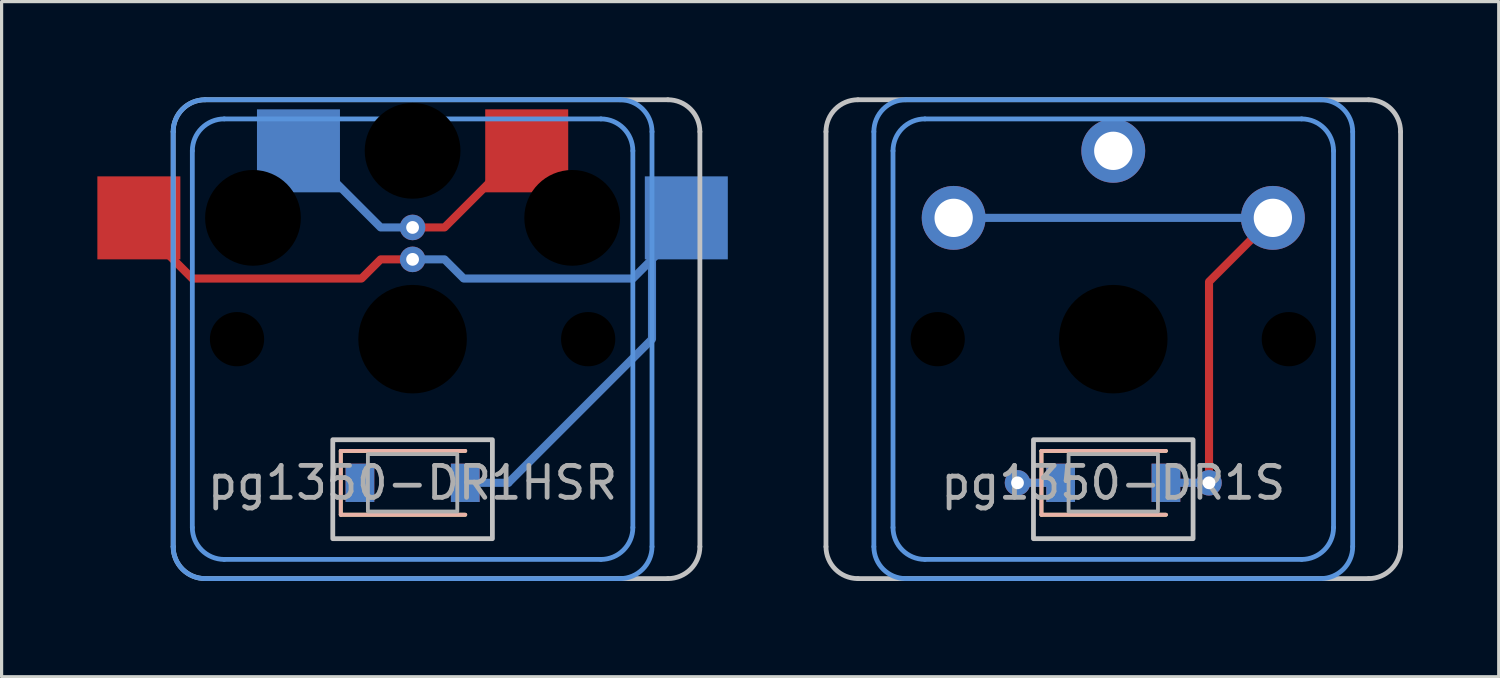
<source format=kicad_pcb>
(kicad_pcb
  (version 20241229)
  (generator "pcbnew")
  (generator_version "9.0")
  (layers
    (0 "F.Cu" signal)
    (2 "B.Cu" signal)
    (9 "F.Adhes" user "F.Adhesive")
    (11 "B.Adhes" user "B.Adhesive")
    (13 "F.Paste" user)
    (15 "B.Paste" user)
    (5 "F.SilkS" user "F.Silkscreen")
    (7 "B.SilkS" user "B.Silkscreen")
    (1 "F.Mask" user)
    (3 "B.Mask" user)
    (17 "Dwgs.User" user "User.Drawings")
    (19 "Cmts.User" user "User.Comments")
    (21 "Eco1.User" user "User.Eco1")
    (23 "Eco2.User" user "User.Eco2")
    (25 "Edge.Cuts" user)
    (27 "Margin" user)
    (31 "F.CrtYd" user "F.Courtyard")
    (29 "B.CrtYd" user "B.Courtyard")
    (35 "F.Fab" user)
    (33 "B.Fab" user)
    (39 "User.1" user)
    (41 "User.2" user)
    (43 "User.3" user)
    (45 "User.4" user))
  (footprint "pg1350-DR1HSR"
    (layer "F.Cu")
    (at 9.875 12.075)
    (property "Reference" "pg1350-DR1HSR" (at 0 0 0) (layer "F.Fab") (effects (font (size 1 1) (thickness 0.15))))
    (attr smd)
    (fp_line (start -2.25 -1) (end -2.25 1) (stroke (width 0.12) (type solid)) (layer "F.SilkS"))
    (fp_line (start -2.25 1) (end 1.65 1) (stroke (width 0.12) (type solid)) (layer "F.SilkS"))
    (fp_line (start 1.65 -1) (end -2.25 -1) (stroke (width 0.12) (type solid)) (layer "F.SilkS"))
    (fp_line (start -2.25 -1) (end -2.25 1) (stroke (width 0.12) (type solid)) (layer "B.SilkS"))
    (fp_line (start -2.25 1) (end 1.65 1) (stroke (width 0.12) (type solid)) (layer "B.SilkS"))
    (fp_line (start 1.65 -1) (end -2.25 -1) (stroke (width 0.12) (type solid)) (layer "B.SilkS"))
    (fp_line (start -7.5 2) (end -7.5 -11) (stroke (width 0.15) (type solid)) (layer "Dwgs.User"))
    (fp_line (start -6.5 -12) (end 8 -12) (stroke (width 0.15) (type solid)) (layer "Dwgs.User"))
    (fp_line (start 8 3) (end -6.5 3) (stroke (width 0.15) (type solid)) (layer "Dwgs.User"))
    (fp_line (start 9 -11) (end 9 2) (stroke (width 0.15) (type solid)) (layer "Dwgs.User"))
    (fp_rect (start 2.5 1.75) (end -2.5 -1.35) (stroke (width 0.15) (type solid)) (fill no) (layer "Dwgs.User"))
    (fp_arc (start -7.5 -11) (mid -7.207107 -11.707107) (end -6.5 -12) (stroke (width 0.15) (type solid)) (layer "Dwgs.User"))
    (fp_arc (start -6.5 3) (mid -7.207107 2.707107) (end -7.5 2) (stroke (width 0.15) (type solid)) (layer "Dwgs.User"))
    (fp_arc (start 8 -12) (mid 8.707107 -11.707107) (end 9 -11) (stroke (width 0.15) (type solid)) (layer "Dwgs.User"))
    (fp_arc (start 9 2) (mid 8.707107 2.707107) (end 8 3) (stroke (width 0.15) (type solid)) (layer "Dwgs.User"))
    (fp_line (start -7.5 2) (end -7.5 -11) (stroke (width 0.15) (type solid)) (layer "Cmts.User"))
    (fp_line (start -6.9 1.4) (end -6.9 -10.4) (stroke (width 0.15) (type solid)) (layer "Cmts.User"))
    (fp_line (start -6.5 -12) (end 6.5 -12) (stroke (width 0.15) (type solid)) (layer "Cmts.User"))
    (fp_line (start -5.9 -11.4) (end 5.9 -11.4) (stroke (width 0.15) (type solid)) (layer "Cmts.User"))
    (fp_line (start 5.9 2.4) (end -5.9 2.4) (stroke (width 0.15) (type solid)) (layer "Cmts.User"))
    (fp_line (start 6.5 3) (end -6.5 3) (stroke (width 0.15) (type solid)) (layer "Cmts.User"))
    (fp_line (start 6.9 -10.4) (end 6.9 1.4) (stroke (width 0.15) (type solid)) (layer "Cmts.User"))
    (fp_line (start 7.5 -11) (end 7.5 2) (stroke (width 0.15) (type solid)) (layer "Cmts.User"))
    (fp_arc (start -7.5 -11) (mid -7.207107 -11.707107) (end -6.5 -12) (stroke (width 0.15) (type solid)) (layer "Cmts.User"))
    (fp_arc (start -6.9 -10.4) (mid -6.607107 -11.107107) (end -5.9 -11.4) (stroke (width 0.15) (type solid)) (layer "Cmts.User"))
    (fp_arc (start -6.5 3) (mid -7.207107 2.707107) (end -7.5 2) (stroke (width 0.15) (type solid)) (layer "Cmts.User"))
    (fp_arc (start -5.9 2.4) (mid -6.607107 2.107107) (end -6.9 1.4) (stroke (width 0.15) (type solid)) (layer "Cmts.User"))
    (fp_arc (start 5.9 -11.4) (mid 6.607107 -11.107107) (end 6.9 -10.4) (stroke (width 0.15) (type solid)) (layer "Cmts.User"))
    (fp_arc (start 6.5 -12) (mid 7.207107 -11.707107) (end 7.5 -11) (stroke (width 0.15) (type solid)) (layer "Cmts.User"))
    (fp_arc (start 6.9 1.4) (mid 6.607107 2.107107) (end 5.9 2.4) (stroke (width 0.15) (type solid)) (layer "Cmts.User"))
    (fp_arc (start 7.5 2) (mid 7.207107 2.707107) (end 6.5 3) (stroke (width 0.15) (type solid)) (layer "Cmts.User"))
    (fp_rect (start 1.4 0.9) (end -1.4 -0.9) (stroke (width 0.12) (type solid)) (fill no) (layer "F.Fab"))
    (pad "" np_thru_hole circle (at -5.5 -4.5) (size 1.7 1.7) (drill 1.7) (layers "*.Mask"))
    (pad "" np_thru_hole circle (at -5 -8.3) (size 3 3) (drill 3) (layers "*.Mask"))
    (pad "" np_thru_hole circle (at 0 -10.4) (size 3 3) (drill 3) (layers "*.Mask"))
    (pad "" thru_hole circle (at 0 -8) (size 0.8 0.8) (drill 0.4) (layers "*.Cu"))
    (pad "" thru_hole circle (at 0 -7) (size 0.8 0.8) (drill 0.4) (layers "*.Cu"))
    (pad "" np_thru_hole circle (at 0 -4.5) (size 3.4 3.4) (drill 3.4) (layers "*.Mask"))
    (pad "" np_thru_hole circle (at 5 -8.3) (size 3 3) (drill 3) (layers "*.Mask"))
    (pad "" np_thru_hole circle (at 5.5 -4.5) (size 1.7 1.7) (drill 1.7) (layers "*.Mask"))
    (pad "1" smd rect (at -3.575 -10.4) (size 2.6 2.6) (layers "B.Cu" "B.Mask"))
    (pad "1" smd custom (at 0 -8) (size 0.254 0.254) (layers "F.Cu") (options (anchor circle)) (primitives (gr_line (start 0 0) (end 1 0) (width 0.254)) (gr_line (start 1 0) (end 2.5 -1.5) (width 0.254))))
    (pad "1" smd custom (at 0 -8) (size 0.254 0.254) (layers "B.Cu") (options (anchor circle)) (primitives (gr_line (start 0 0) (end -1 0) (width 0.254)) (gr_line (start -1 0) (end -2.5 -1.5) (width 0.254))))
    (pad "1" smd rect (at 3.575 -10.4) (size 2.6 2.6) (layers "F.Cu" "F.Mask"))
    (pad "2" smd rect (at -1.65 0) (size 0.9 1.2) (layers "*.Cu" "*.Mask"))
    (pad "3" smd rect (at -8.575 -8.3) (size 2.6 2.6) (layers "F.Cu" "F.Mask"))
    (pad "3" smd custom (at 0 -7) (size 0.254 0.254) (layers "F.Cu") (options (anchor circle)) (primitives (gr_line (start 0 0) (end -1 0) (width 0.254)) (gr_line (start -1 0) (end -1.6 0.6) (width 0.254)) (gr_line (start -1.6 0.6) (end -6.9 0.6) (width 0.254)) (gr_line (start -6.9 0.6) (end -8 -0.5) (width 0.254))))
    (pad "3" smd custom (at 0 -7) (size 0.254 0.254) (layers "B.Cu") (options (anchor circle)) (primitives (gr_line (start 0 0) (end 1 0) (width 0.254)) (gr_line (start 1 0) (end 1.6 0.6) (width 0.254)) (gr_line (start 1.6 0.6) (end 6.9 0.6) (width 0.254)) (gr_line (start 6.9 0.6) (end 8 -0.5) (width 0.254))))
    (pad "3" smd rect (at 1.65 0) (size 0.9 1.2) (layers "*.Cu" "*.Mask"))
    (pad "3" smd oval (at 2.325 0) (size 1.604 0.254) (layers "B.Cu"))
    (pad "3" smd custom (at 3 0) (size 0.254 0.254) (layers "B.Cu") (options (anchor circle)) (primitives (gr_line (start 0 0) (end 4.5 -4.5) (width 0.254)) (gr_line (start 4.5 -4.5) (end 4.5 -8.3) (width 0.254))))
    (pad "3" smd rect (at 8.575 -8.3) (size 2.6 2.6) (layers "B.Cu" "B.Mask")))
  (footprint "pg1350-DR1S"
    (layer "F.Cu")
    (at 31.825 12.075)
    (property "Reference" "pg1350-DR1S" (at 0 0 0) (layer "F.Fab") (effects (font (size 1 1) (thickness 0.15))))
    (attr smd)
    (fp_line (start -2.25 -1) (end -2.25 1) (stroke (width 0.12) (type solid)) (layer "F.SilkS"))
    (fp_line (start -2.25 1) (end 1.65 1) (stroke (width 0.12) (type solid)) (layer "F.SilkS"))
    (fp_line (start 1.65 -1) (end -2.25 -1) (stroke (width 0.12) (type solid)) (layer "F.SilkS"))
    (fp_line (start -2.25 -1) (end -2.25 1) (stroke (width 0.12) (type solid)) (layer "B.SilkS"))
    (fp_line (start -2.25 1) (end 1.65 1) (stroke (width 0.12) (type solid)) (layer "B.SilkS"))
    (fp_line (start 1.65 -1) (end -2.25 -1) (stroke (width 0.12) (type solid)) (layer "B.SilkS"))
    (fp_line (start -9 2) (end -9 -11) (stroke (width 0.15) (type solid)) (layer "Dwgs.User"))
    (fp_line (start -8 -12) (end 8 -12) (stroke (width 0.15) (type solid)) (layer "Dwgs.User"))
    (fp_line (start 8 3) (end -8 3) (stroke (width 0.15) (type solid)) (layer "Dwgs.User"))
    (fp_line (start 9 -11) (end 9 2) (stroke (width 0.15) (type solid)) (layer "Dwgs.User"))
    (fp_rect (start 2.5 1.75) (end -2.5 -1.35) (stroke (width 0.15) (type solid)) (fill no) (layer "Dwgs.User"))
    (fp_arc (start -9 -11) (mid -8.707107 -11.707107) (end -8 -12) (stroke (width 0.15) (type solid)) (layer "Dwgs.User"))
    (fp_arc (start -8 3) (mid -8.707107 2.707107) (end -9 2) (stroke (width 0.15) (type solid)) (layer "Dwgs.User"))
    (fp_arc (start 8 -12) (mid 8.707107 -11.707107) (end 9 -11) (stroke (width 0.15) (type solid)) (layer "Dwgs.User"))
    (fp_arc (start 9 2) (mid 8.707107 2.707107) (end 8 3) (stroke (width 0.15) (type solid)) (layer "Dwgs.User"))
    (fp_line (start -7.5 2) (end -7.5 -11) (stroke (width 0.15) (type solid)) (layer "Cmts.User"))
    (fp_line (start -6.9 1.4) (end -6.9 -10.4) (stroke (width 0.15) (type solid)) (layer "Cmts.User"))
    (fp_line (start -6.5 -12) (end 6.5 -12) (stroke (width 0.15) (type solid)) (layer "Cmts.User"))
    (fp_line (start -5.9 -11.4) (end 5.9 -11.4) (stroke (width 0.15) (type solid)) (layer "Cmts.User"))
    (fp_line (start 5.9 2.4) (end -5.9 2.4) (stroke (width 0.15) (type solid)) (layer "Cmts.User"))
    (fp_line (start 6.5 3) (end -6.5 3) (stroke (width 0.15) (type solid)) (layer "Cmts.User"))
    (fp_line (start 6.9 -10.4) (end 6.9 1.4) (stroke (width 0.15) (type solid)) (layer "Cmts.User"))
    (fp_line (start 7.5 -11) (end 7.5 2) (stroke (width 0.15) (type solid)) (layer "Cmts.User"))
    (fp_arc (start -7.5 -11) (mid -7.207107 -11.707107) (end -6.5 -12) (stroke (width 0.15) (type solid)) (layer "Cmts.User"))
    (fp_arc (start -6.9 -10.4) (mid -6.607107 -11.107107) (end -5.9 -11.4) (stroke (width 0.15) (type solid)) (layer "Cmts.User"))
    (fp_arc (start -6.5 3) (mid -7.207107 2.707107) (end -7.5 2) (stroke (width 0.15) (type solid)) (layer "Cmts.User"))
    (fp_arc (start -5.9 2.4) (mid -6.607107 2.107107) (end -6.9 1.4) (stroke (width 0.15) (type solid)) (layer "Cmts.User"))
    (fp_arc (start 5.9 -11.4) (mid 6.607107 -11.107107) (end 6.9 -10.4) (stroke (width 0.15) (type solid)) (layer "Cmts.User"))
    (fp_arc (start 6.5 -12) (mid 7.207107 -11.707107) (end 7.5 -11) (stroke (width 0.15) (type solid)) (layer "Cmts.User"))
    (fp_arc (start 6.9 1.4) (mid 6.607107 2.107107) (end 5.9 2.4) (stroke (width 0.15) (type solid)) (layer "Cmts.User"))
    (fp_arc (start 7.5 2) (mid 7.207107 2.707107) (end 6.5 3) (stroke (width 0.15) (type solid)) (layer "Cmts.User"))
    (fp_rect (start 1.4 0.9) (end -1.4 -0.9) (stroke (width 0.12) (type solid)) (fill no) (layer "F.Fab"))
    (pad "" np_thru_hole circle (at -5.5 -4.5) (size 1.7 1.7) (drill 1.7) (layers "*.Mask"))
    (pad "" np_thru_hole circle (at 0 -4.5) (size 3.4 3.4) (drill 3.4) (layers "*.Mask"))
    (pad "" np_thru_hole circle (at 5.5 -4.5) (size 1.7 1.7) (drill 1.7) (layers "*.Mask"))
    (pad "1" thru_hole circle (at 0 -10.4) (size 2 2) (drill 1.2) (layers "*.Cu" "*.Mask"))
    (pad "2" smd rect (at -1.65 0) (size 0.9 1.2) (layers "*.Cu" "*.Mask"))
    (pad "3" smd custom (at -5 -8.3) (size 0.254 0.254) (layers "B.Cu") (options (anchor circle)) (primitives (gr_line (start 0 0) (end 10 0) (width 0.254))))
    (pad "3" thru_hole circle (at -5 -8.3) (size 2 2) (drill 1.2) (layers "*.Cu" "F.Mask"))
    (pad "3" thru_hole circle (at -3 0) (size 0.8 0.8) (drill 0.4) (layers "*.Cu"))
    (pad "3" smd oval (at -2.325 0) (size 1.604 0.254) (layers "F.Cu"))
    (pad "3" smd oval (at -2.325 0) (size 1.604 0.254) (layers "B.Cu"))
    (pad "3" smd rect (at 1.65 0) (size 0.9 1.2) (layers "*.Cu" "*.Mask"))
    (pad "3" smd oval (at 2.325 0) (size 1.604 0.254) (layers "F.Cu"))
    (pad "3" smd oval (at 2.325 0) (size 1.604 0.254) (layers "B.Cu"))
    (pad "3" smd custom (at 3 0) (size 0.254 0.254) (layers "F.Cu") (options (anchor circle)) (primitives (gr_line (start 2 -8.3) (end 0 -6.3) (width 0.254)) (gr_line (start 0 -6.3) (end 0 -1.35) (width 0.254)) (gr_line (start 0 -1.35) (end 0 0) (width 0.254))))
    (pad "3" thru_hole circle (at 3 0) (size 0.8 0.8) (drill 0.4) (layers "*.Cu"))
    (pad "3" thru_hole circle (at 5 -8.3) (size 2 2) (drill 1.2) (layers "*.Cu" "B.Mask")))
  (gr_rect
    (start -3 -3)
    (end 43.9 18.15)
    (stroke (width 0.1) (type default))
    (fill no)
    (layer "Edge.Cuts")))
</source>
